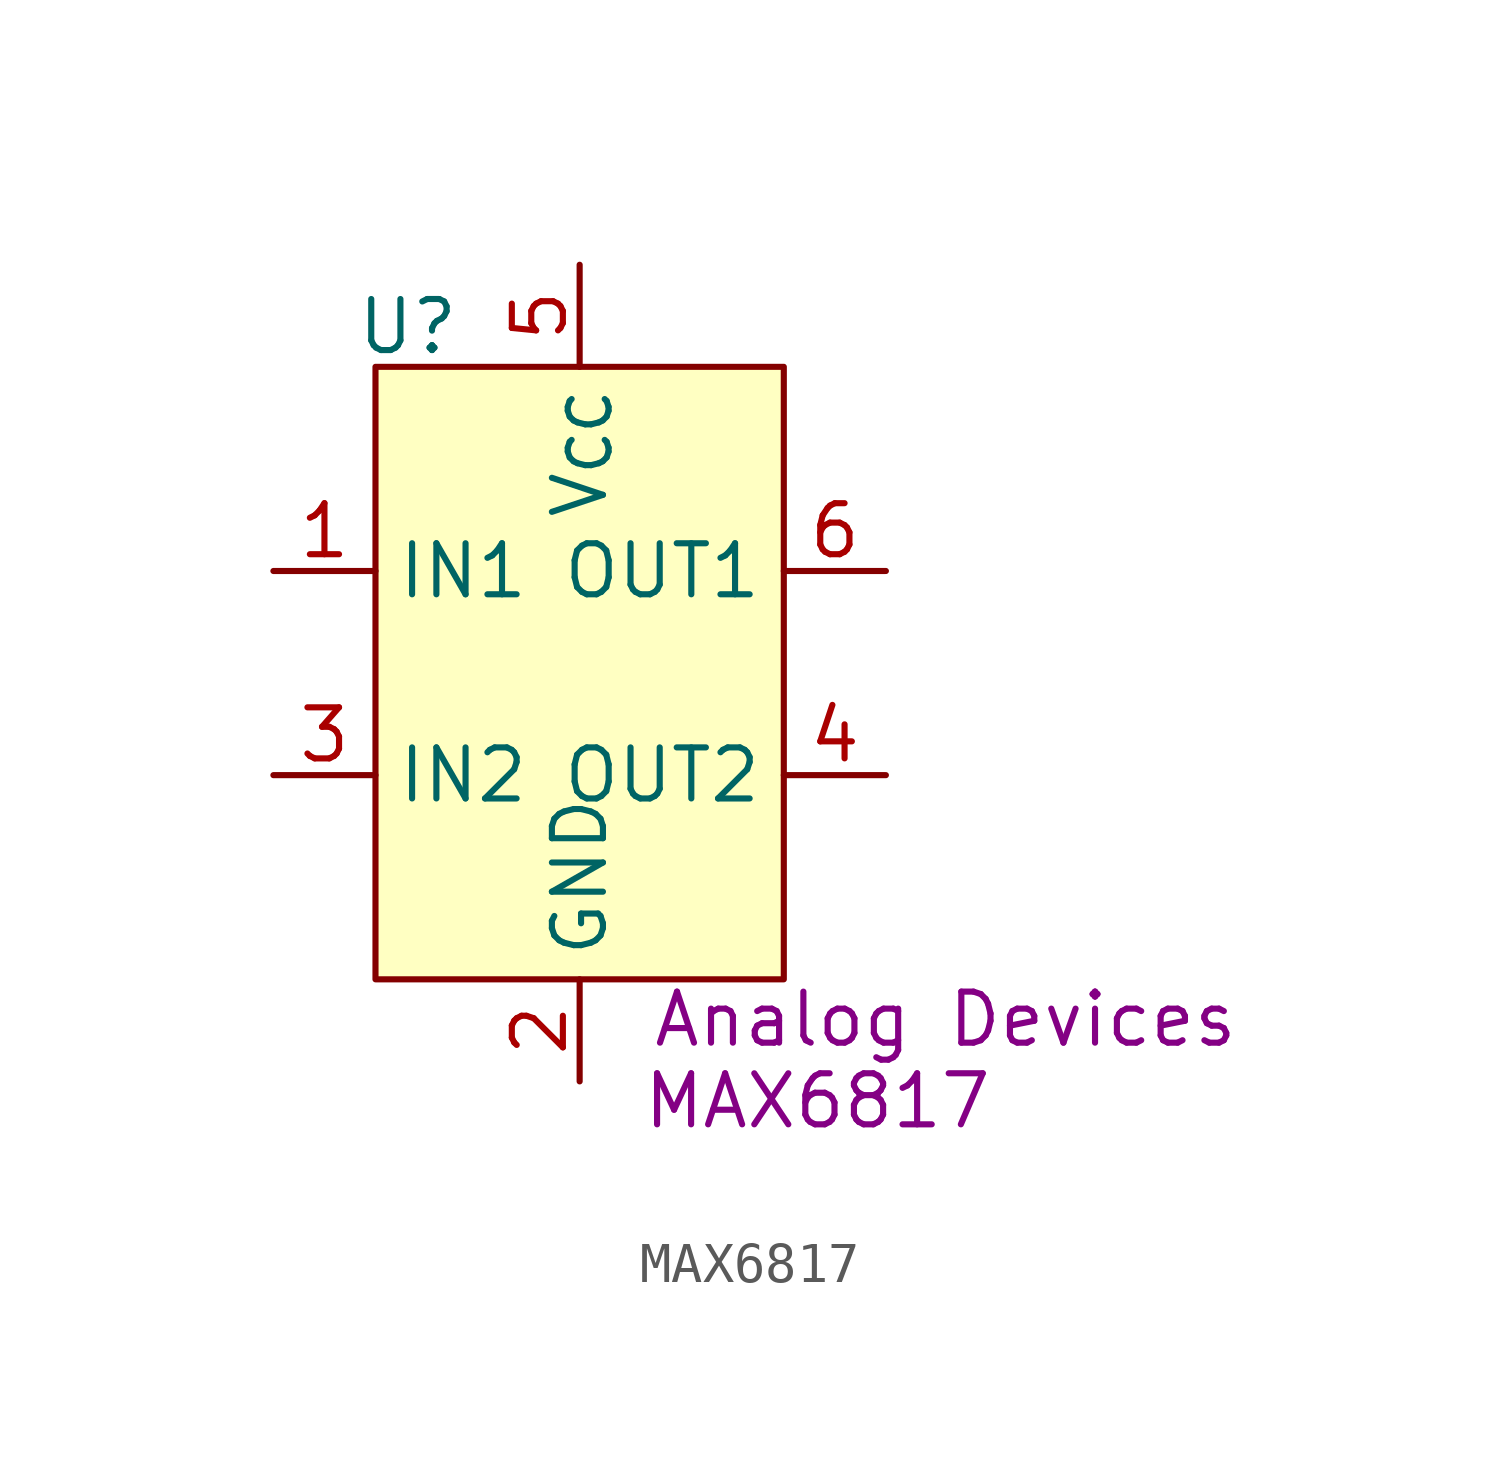
<source format=kicad_sym>
(kicad_symbol_lib
  (version 20231120)
  (generator "kicad_symbol_editor")
  (generator_version "8.0")
  (symbol "MAX6817"
    (property "Reference" "U"
      (at -5.588 7.874 0)
      (effects (font (size 1.27 1.27)) (justify left bottom)))
    (property "Value" ""
      (at 3.81 -6.35 0)
      (effects (font (size 1.27 1.27))))
    (property "Manufacturer" "Analog Devices"
      (at 1.778 -7.874 0)
      (effects (font (size 1.27 1.27)) (justify left top)))
    (property "MPN" "MAX6817"
      (at 1.524 -9.906 0)
      (effects (font (size 1.27 1.27)) (justify left top)))
    (symbol "MAX6817_0_0"
      (pin input line (at -7.62 2.54 0) (length 2.54) (name "IN1" (effects (font (size 1.27 1.27)))) (number "1" (effects (font (size 1.27 1.27)))))
      (pin power_in line (at 0 -10.16 90) (length 2.54) (name "GND" (effects (font (size 1.27 1.27)))) (number "2" (effects (font (size 1.27 1.27)))))
      (pin output line (at 7.62 -2.54 180) (length 2.54) (name "OUT2" (effects (font (size 1.27 1.27)))) (number "4" (effects (font (size 1.27 1.27)))))
      (pin output line (at 7.62 2.54 180) (length 2.54) (name "OUT1" (effects (font (size 1.27 1.27)))) (number "6" (effects (font (size 1.27 1.27))))))
    (symbol "MAX6817_1_0"
      (pin input line (at -7.62 -2.54 0) (length 2.54) (name "IN2" (effects (font (size 1.27 1.27)))) (number "3" (effects (font (size 1.27 1.27)))))
      (pin power_in line (at 0 10.16 270) (length 2.54) (name "V_{CC}" (effects (font (size 1.27 1.27)))) (number "5" (effects (font (size 1.27 1.27))))))
    (symbol "MAX6817_1_1"
      (rectangle (start -5.08 7.62) (end 5.08 -7.62) (stroke (width 0) (type default)) (fill (type background))))))
</source>
